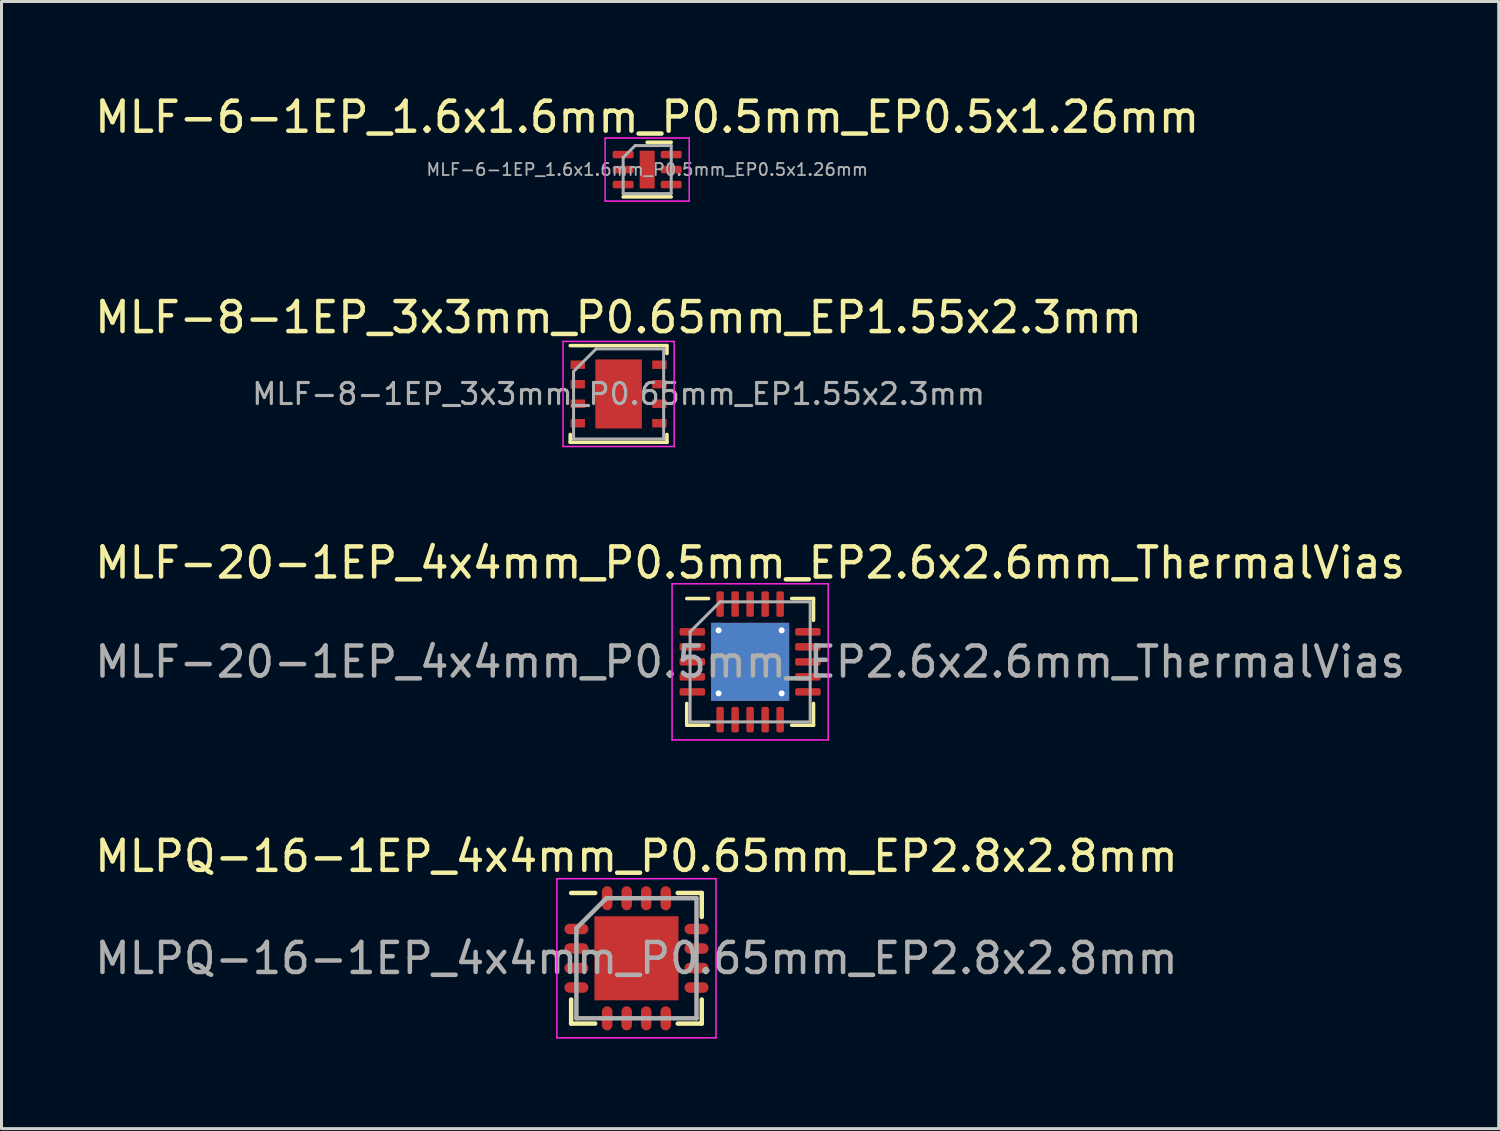
<source format=kicad_pcb>
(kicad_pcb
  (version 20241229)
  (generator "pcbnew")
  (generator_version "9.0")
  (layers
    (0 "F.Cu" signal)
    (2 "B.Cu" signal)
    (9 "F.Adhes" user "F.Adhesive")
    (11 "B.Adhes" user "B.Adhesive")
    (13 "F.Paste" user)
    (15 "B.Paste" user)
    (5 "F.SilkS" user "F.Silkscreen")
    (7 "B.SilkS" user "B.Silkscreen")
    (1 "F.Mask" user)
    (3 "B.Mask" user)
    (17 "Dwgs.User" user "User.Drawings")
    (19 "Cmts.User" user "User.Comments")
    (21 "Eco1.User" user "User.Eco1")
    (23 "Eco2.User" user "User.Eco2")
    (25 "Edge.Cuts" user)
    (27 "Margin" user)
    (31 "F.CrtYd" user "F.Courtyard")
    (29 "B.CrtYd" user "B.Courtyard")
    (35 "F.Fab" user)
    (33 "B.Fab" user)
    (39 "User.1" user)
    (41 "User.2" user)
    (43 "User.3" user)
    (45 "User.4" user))
  (footprint "MLF-20-1EP_4x4mm_P0.5mm_EP2.6x2.6mm_ThermalVias"
    (layer "F.Cu")
    (at 21.935 18.995)
    (property "Reference" "MLF-20-1EP_4x4mm_P0.5mm_EP2.6x2.6mm_ThermalVias" (at 0 -3.3 0) (layer "F.SilkS") (effects (font (size 1 1) (thickness 0.15))))
    (attr smd)
    (fp_line (start -2.11 2.11) (end -2.11 1.385) (stroke (width 0.12) (type solid)) (layer "F.SilkS"))
    (fp_line (start -1.385 -2.11) (end -2.11 -2.11) (stroke (width 0.12) (type solid)) (layer "F.SilkS"))
    (fp_line (start -1.385 2.11) (end -2.11 2.11) (stroke (width 0.12) (type solid)) (layer "F.SilkS"))
    (fp_line (start 1.385 -2.11) (end 2.11 -2.11) (stroke (width 0.12) (type solid)) (layer "F.SilkS"))
    (fp_line (start 1.385 2.11) (end 2.11 2.11) (stroke (width 0.12) (type solid)) (layer "F.SilkS"))
    (fp_line (start 2.11 -2.11) (end 2.11 -1.385) (stroke (width 0.12) (type solid)) (layer "F.SilkS"))
    (fp_line (start 2.11 2.11) (end 2.11 1.385) (stroke (width 0.12) (type solid)) (layer "F.SilkS"))
    (fp_line (start -2.6 -2.6) (end -2.6 2.6) (stroke (width 0.05) (type solid)) (layer "F.CrtYd"))
    (fp_line (start -2.6 2.6) (end 2.6 2.6) (stroke (width 0.05) (type solid)) (layer "F.CrtYd"))
    (fp_line (start 2.6 -2.6) (end -2.6 -2.6) (stroke (width 0.05) (type solid)) (layer "F.CrtYd"))
    (fp_line (start 2.6 2.6) (end 2.6 -2.6) (stroke (width 0.05) (type solid)) (layer "F.CrtYd"))
    (fp_line (start -2 -1) (end -1 -2) (stroke (width 0.1) (type solid)) (layer "F.Fab"))
    (fp_line (start -2 2) (end -2 -1) (stroke (width 0.1) (type solid)) (layer "F.Fab"))
    (fp_line (start -1 -2) (end 2 -2) (stroke (width 0.1) (type solid)) (layer "F.Fab"))
    (fp_line (start 2 -2) (end 2 2) (stroke (width 0.1) (type solid)) (layer "F.Fab"))
    (fp_line (start 2 2) (end -2 2) (stroke (width 0.1) (type solid)) (layer "F.Fab"))
    (fp_text user "${REFERENCE}" (at 0 0 0) (layer "F.Fab") (effects (font (size 1 1) (thickness 0.15))))
    (pad "" smd roundrect (at -0.65 -0.65) (size 1.13 1.13) (layers "F.Paste") (roundrect_rratio 0.221))
    (pad "" smd roundrect (at -0.65 0.65) (size 1.13 1.13) (layers "F.Paste") (roundrect_rratio 0.221))
    (pad "" smd roundrect (at 0.65 -0.65) (size 1.13 1.13) (layers "F.Paste") (roundrect_rratio 0.221))
    (pad "" smd roundrect (at 0.65 0.65) (size 1.13 1.13) (layers "F.Paste") (roundrect_rratio 0.221))
    (pad "1" smd roundrect (at -1.925 -1) (size 0.85 0.25) (layers "F.Cu" "F.Mask" "F.Paste") (roundrect_rratio 0.25))
    (pad "2" smd roundrect (at -1.925 -0.5) (size 0.85 0.25) (layers "F.Cu" "F.Mask" "F.Paste") (roundrect_rratio 0.25))
    (pad "3" smd roundrect (at -1.925 0) (size 0.85 0.25) (layers "F.Cu" "F.Mask" "F.Paste") (roundrect_rratio 0.25))
    (pad "4" smd roundrect (at -1.925 0.5) (size 0.85 0.25) (layers "F.Cu" "F.Mask" "F.Paste") (roundrect_rratio 0.25))
    (pad "5" smd roundrect (at -1.925 1) (size 0.85 0.25) (layers "F.Cu" "F.Mask" "F.Paste") (roundrect_rratio 0.25))
    (pad "6" smd roundrect (at -1 1.925) (size 0.25 0.85) (layers "F.Cu" "F.Mask" "F.Paste") (roundrect_rratio 0.25))
    (pad "7" smd roundrect (at -0.5 1.925) (size 0.25 0.85) (layers "F.Cu" "F.Mask" "F.Paste") (roundrect_rratio 0.25))
    (pad "8" smd roundrect (at 0 1.925) (size 0.25 0.85) (layers "F.Cu" "F.Mask" "F.Paste") (roundrect_rratio 0.25))
    (pad "9" smd roundrect (at 0.5 1.925) (size 0.25 0.85) (layers "F.Cu" "F.Mask" "F.Paste") (roundrect_rratio 0.25))
    (pad "10" smd roundrect (at 1 1.925) (size 0.25 0.85) (layers "F.Cu" "F.Mask" "F.Paste") (roundrect_rratio 0.25))
    (pad "11" smd roundrect (at 1.925 1) (size 0.85 0.25) (layers "F.Cu" "F.Mask" "F.Paste") (roundrect_rratio 0.25))
    (pad "12" smd roundrect (at 1.925 0.5) (size 0.85 0.25) (layers "F.Cu" "F.Mask" "F.Paste") (roundrect_rratio 0.25))
    (pad "13" smd roundrect (at 1.925 0) (size 0.85 0.25) (layers "F.Cu" "F.Mask" "F.Paste") (roundrect_rratio 0.25))
    (pad "14" smd roundrect (at 1.925 -0.5) (size 0.85 0.25) (layers "F.Cu" "F.Mask" "F.Paste") (roundrect_rratio 0.25))
    (pad "15" smd roundrect (at 1.925 -1) (size 0.85 0.25) (layers "F.Cu" "F.Mask" "F.Paste") (roundrect_rratio 0.25))
    (pad "16" smd roundrect (at 1 -1.925) (size 0.25 0.85) (layers "F.Cu" "F.Mask" "F.Paste") (roundrect_rratio 0.25))
    (pad "17" smd roundrect (at 0.5 -1.925) (size 0.25 0.85) (layers "F.Cu" "F.Mask" "F.Paste") (roundrect_rratio 0.25))
    (pad "18" smd roundrect (at 0 -1.925) (size 0.25 0.85) (layers "F.Cu" "F.Mask" "F.Paste") (roundrect_rratio 0.25))
    (pad "19" smd roundrect (at -0.5 -1.925) (size 0.25 0.85) (layers "F.Cu" "F.Mask" "F.Paste") (roundrect_rratio 0.25))
    (pad "20" smd roundrect (at -1 -1.925) (size 0.25 0.85) (layers "F.Cu" "F.Mask" "F.Paste") (roundrect_rratio 0.25))
    (pad "21" thru_hole circle (at -1.05 -1.05) (size 0.5 0.5) (drill 0.2) (layers "*.Cu"))
    (pad "21" thru_hole circle (at -1.05 1.05) (size 0.5 0.5) (drill 0.2) (layers "*.Cu"))
    (pad "21" smd rect (at 0 0) (size 2.6 2.6) (layers "F.Cu" "F.Mask"))
    (pad "21" smd rect (at 0 0) (size 2.6 2.6) (layers "B.Cu"))
    (pad "21" thru_hole circle (at 1.05 -1.05) (size 0.5 0.5) (drill 0.2) (layers "*.Cu"))
    (pad "21" thru_hole circle (at 1.05 1.05) (size 0.5 0.5) (drill 0.2) (layers "*.Cu")))
  (footprint "MLF-8-1EP_3x3mm_P0.65mm_EP1.55x2.3mm"
    (layer "F.Cu")
    (at 17.554 10.072)
    (property "Reference" "MLF-8-1EP_3x3mm_P0.65mm_EP1.55x2.3mm" (at 0 -2.55 0) (layer "F.SilkS") (effects (font (size 1 1) (thickness 0.15))))
    (attr smd)
    (fp_line (start -1.61 -1.61) (end 1.61 -1.61) (stroke (width 0.12) (type solid)) (layer "F.SilkS"))
    (fp_line (start -1.61 1.61) (end -1.61 1.35) (stroke (width 0.12) (type solid)) (layer "F.SilkS"))
    (fp_line (start -1.61 1.61) (end 1.61 1.61) (stroke (width 0.12) (type solid)) (layer "F.SilkS"))
    (fp_line (start 1.61 -1.61) (end 1.61 -1.35) (stroke (width 0.12) (type solid)) (layer "F.SilkS"))
    (fp_line (start 1.61 1.61) (end 1.61 1.35) (stroke (width 0.12) (type solid)) (layer "F.SilkS"))
    (fp_line (start -1.85 -1.75) (end -1.85 1.75) (stroke (width 0.05) (type solid)) (layer "F.CrtYd"))
    (fp_line (start -1.85 -1.75) (end 1.85 -1.75) (stroke (width 0.05) (type solid)) (layer "F.CrtYd"))
    (fp_line (start -1.85 1.75) (end 1.85 1.75) (stroke (width 0.05) (type solid)) (layer "F.CrtYd"))
    (fp_line (start 1.85 -1.75) (end 1.85 1.75) (stroke (width 0.05) (type solid)) (layer "F.CrtYd"))
    (fp_line (start -1.5 -0.75) (end -0.75 -1.5) (stroke (width 0.1) (type solid)) (layer "F.Fab"))
    (fp_line (start -1.5 1.5) (end -1.5 -0.75) (stroke (width 0.1) (type solid)) (layer "F.Fab"))
    (fp_line (start -0.75 -1.5) (end 1.5 -1.5) (stroke (width 0.1) (type solid)) (layer "F.Fab"))
    (fp_line (start 1.5 -1.5) (end 1.5 1.5) (stroke (width 0.1) (type solid)) (layer "F.Fab"))
    (fp_line (start 1.5 1.5) (end -1.5 1.5) (stroke (width 0.1) (type solid)) (layer "F.Fab"))
    (fp_text user "${REFERENCE}" (at 0 0 0) (layer "F.Fab") (effects (font (size 0.7 0.7) (thickness 0.105))))
    (pad "" smd rect (at 0 -0.9) (size 1.5 0.4) (layers "F.Paste"))
    (pad "" smd rect (at 0 0) (size 1.5 0.65) (layers "F.Paste"))
    (pad "" smd rect (at 0 0.9) (size 1.5 0.4) (layers "F.Paste"))
    (pad "1" smd rect (at -1.36 -0.975) (size 0.48 0.28) (layers "F.Cu" "F.Mask" "F.Paste"))
    (pad "2" smd rect (at -1.36 -0.325) (size 0.48 0.28) (layers "F.Cu" "F.Mask" "F.Paste"))
    (pad "3" smd rect (at -1.36 0.325) (size 0.48 0.28) (layers "F.Cu" "F.Mask" "F.Paste"))
    (pad "4" smd rect (at -1.36 0.975) (size 0.48 0.28) (layers "F.Cu" "F.Mask" "F.Paste"))
    (pad "5" smd rect (at 1.36 0.975) (size 0.48 0.28) (layers "F.Cu" "F.Mask" "F.Paste"))
    (pad "6" smd rect (at 1.36 0.325) (size 0.48 0.28) (layers "F.Cu" "F.Mask" "F.Paste"))
    (pad "7" smd rect (at 1.36 -0.325) (size 0.48 0.28) (layers "F.Cu" "F.Mask" "F.Paste"))
    (pad "8" smd rect (at 1.36 -0.975) (size 0.48 0.28) (layers "F.Cu" "F.Mask" "F.Paste"))
    (pad "9" smd rect (at 0 0) (size 1.55 2.3) (layers "F.Cu" "F.Mask")))
  (footprint "MLF-6-1EP_1.6x1.6mm_P0.5mm_EP0.5x1.26mm"
    (layer "F.Cu")
    (at 18.506 2.598)
    (property "Reference" "MLF-6-1EP_1.6x1.6mm_P0.5mm_EP0.5x1.26mm" (at 0 -1.75 0) (layer "F.SilkS") (effects (font (size 1 1) (thickness 0.15))))
    (attr smd)
    (fp_line (start -0.8 0.91) (end 0.8 0.91) (stroke (width 0.12) (type solid)) (layer "F.SilkS"))
    (fp_line (start 0 -0.91) (end 0.8 -0.91) (stroke (width 0.12) (type solid)) (layer "F.SilkS"))
    (fp_line (start -1.4 -1.05) (end -1.4 1.05) (stroke (width 0.05) (type solid)) (layer "F.CrtYd"))
    (fp_line (start -1.4 1.05) (end 1.4 1.05) (stroke (width 0.05) (type solid)) (layer "F.CrtYd"))
    (fp_line (start 1.4 -1.05) (end -1.4 -1.05) (stroke (width 0.05) (type solid)) (layer "F.CrtYd"))
    (fp_line (start 1.4 1.05) (end 1.4 -1.05) (stroke (width 0.05) (type solid)) (layer "F.CrtYd"))
    (fp_line (start -0.8 -0.4) (end -0.4 -0.8) (stroke (width 0.1) (type solid)) (layer "F.Fab"))
    (fp_line (start -0.8 0.8) (end -0.8 -0.4) (stroke (width 0.1) (type solid)) (layer "F.Fab"))
    (fp_line (start -0.4 -0.8) (end 0.8 -0.8) (stroke (width 0.1) (type solid)) (layer "F.Fab"))
    (fp_line (start 0.8 -0.8) (end 0.8 0.8) (stroke (width 0.1) (type solid)) (layer "F.Fab"))
    (fp_line (start 0.8 0.8) (end -0.8 0.8) (stroke (width 0.1) (type solid)) (layer "F.Fab"))
    (fp_text user "${REFERENCE}" (at 0 0 0) (layer "F.Fab") (effects (font (size 0.4 0.4) (thickness 0.06))))
    (pad "" smd roundrect (at 0 -0.315) (size 0.4 0.51) (layers "F.Paste") (roundrect_rratio 0.25))
    (pad "" smd roundrect (at 0 0.315) (size 0.4 0.51) (layers "F.Paste") (roundrect_rratio 0.25))
    (pad "1" smd roundrect (at -0.8 -0.5) (size 0.7 0.25) (layers "F.Cu" "F.Mask" "F.Paste") (roundrect_rratio 0.25))
    (pad "2" smd roundrect (at -0.8 0) (size 0.7 0.25) (layers "F.Cu" "F.Mask" "F.Paste") (roundrect_rratio 0.25))
    (pad "3" smd roundrect (at -0.8 0.5) (size 0.7 0.25) (layers "F.Cu" "F.Mask" "F.Paste") (roundrect_rratio 0.25))
    (pad "4" smd roundrect (at 0.8 0.5) (size 0.7 0.25) (layers "F.Cu" "F.Mask" "F.Paste") (roundrect_rratio 0.25))
    (pad "5" smd roundrect (at 0.8 0) (size 0.7 0.25) (layers "F.Cu" "F.Mask" "F.Paste") (roundrect_rratio 0.25))
    (pad "6" smd roundrect (at 0.8 -0.5) (size 0.7 0.25) (layers "F.Cu" "F.Mask" "F.Paste") (roundrect_rratio 0.25))
    (pad "7" smd rect (at 0 0) (size 0.5 1.26) (layers "F.Cu" "F.Mask")))
  (footprint "MLPQ-16-1EP_4x4mm_P0.65mm_EP2.8x2.8mm"
    (layer "F.Cu")
    (at 18.149 28.868)
    (property "Reference" "MLPQ-16-1EP_4x4mm_P0.65mm_EP2.8x2.8mm" (at 0 -3.4 0) (layer "F.SilkS") (effects (font (size 1 1) (thickness 0.15))))
    (attr smd)
    (fp_line (start -2.175 -2.175) (end -1.375 -2.175) (stroke (width 0.15) (type solid)) (layer "F.SilkS"))
    (fp_line (start -2.175 2.175) (end -2.175 1.375) (stroke (width 0.15) (type solid)) (layer "F.SilkS"))
    (fp_line (start -2.175 2.175) (end -1.375 2.175) (stroke (width 0.15) (type solid)) (layer "F.SilkS"))
    (fp_line (start 2.175 -2.175) (end 1.375 -2.175) (stroke (width 0.15) (type solid)) (layer "F.SilkS"))
    (fp_line (start 2.175 -2.175) (end 2.175 -1.375) (stroke (width 0.15) (type solid)) (layer "F.SilkS"))
    (fp_line (start 2.175 2.175) (end 1.375 2.175) (stroke (width 0.15) (type solid)) (layer "F.SilkS"))
    (fp_line (start 2.175 2.175) (end 2.175 1.375) (stroke (width 0.15) (type solid)) (layer "F.SilkS"))
    (fp_line (start -2.65 -2.65) (end -2.65 2.65) (stroke (width 0.05) (type solid)) (layer "F.CrtYd"))
    (fp_line (start -2.65 -2.65) (end 2.65 -2.65) (stroke (width 0.05) (type solid)) (layer "F.CrtYd"))
    (fp_line (start -2.65 2.65) (end 2.65 2.65) (stroke (width 0.05) (type solid)) (layer "F.CrtYd"))
    (fp_line (start 2.65 -2.65) (end 2.65 2.65) (stroke (width 0.05) (type solid)) (layer "F.CrtYd"))
    (fp_line (start -2 -1) (end -1 -2) (stroke (width 0.15) (type solid)) (layer "F.Fab"))
    (fp_line (start -2 2) (end -2 -1) (stroke (width 0.15) (type solid)) (layer "F.Fab"))
    (fp_line (start -1 -2) (end 2 -2) (stroke (width 0.15) (type solid)) (layer "F.Fab"))
    (fp_line (start 2 -2) (end 2 2) (stroke (width 0.15) (type solid)) (layer "F.Fab"))
    (fp_line (start 2 2) (end -2 2) (stroke (width 0.15) (type solid)) (layer "F.Fab"))
    (fp_text user "${REFERENCE}" (at 0 0 0) (layer "F.Fab") (effects (font (size 1 1) (thickness 0.15))))
    (pad "" smd rect (at -0.7 -0.7) (size 1.13 1.13) (layers "F.Paste"))
    (pad "" smd rect (at -0.7 0.7) (size 1.13 1.13) (layers "F.Paste"))
    (pad "" smd rect (at 0.7 -0.7) (size 1.13 1.13) (layers "F.Paste"))
    (pad "" smd rect (at 0.7 0.7) (size 1.13 1.13) (layers "F.Paste"))
    (pad "1" smd oval (at -2 -0.975) (size 0.8 0.35) (layers "F.Cu" "F.Mask" "F.Paste"))
    (pad "2" smd oval (at -2 -0.325) (size 0.8 0.35) (layers "F.Cu" "F.Mask" "F.Paste"))
    (pad "3" smd oval (at -2 0.325) (size 0.8 0.35) (layers "F.Cu" "F.Mask" "F.Paste"))
    (pad "4" smd oval (at -2 0.975) (size 0.8 0.35) (layers "F.Cu" "F.Mask" "F.Paste"))
    (pad "5" smd oval (at -0.975 2 90) (size 0.8 0.35) (layers "F.Cu" "F.Mask" "F.Paste"))
    (pad "6" smd oval (at -0.325 2 90) (size 0.8 0.35) (layers "F.Cu" "F.Mask" "F.Paste"))
    (pad "7" smd oval (at 0.325 2 90) (size 0.8 0.35) (layers "F.Cu" "F.Mask" "F.Paste"))
    (pad "8" smd oval (at 0.975 2 90) (size 0.8 0.35) (layers "F.Cu" "F.Mask" "F.Paste"))
    (pad "9" smd oval (at 2 0.975) (size 0.8 0.35) (layers "F.Cu" "F.Mask" "F.Paste"))
    (pad "10" smd oval (at 2 0.325) (size 0.8 0.35) (layers "F.Cu" "F.Mask" "F.Paste"))
    (pad "11" smd oval (at 2 -0.325) (size 0.8 0.35) (layers "F.Cu" "F.Mask" "F.Paste"))
    (pad "12" smd oval (at 2 -0.975) (size 0.8 0.35) (layers "F.Cu" "F.Mask" "F.Paste"))
    (pad "13" smd oval (at 0.975 -2 90) (size 0.8 0.35) (layers "F.Cu" "F.Mask" "F.Paste"))
    (pad "14" smd oval (at 0.325 -2 90) (size 0.8 0.35) (layers "F.Cu" "F.Mask" "F.Paste"))
    (pad "15" smd oval (at -0.325 -2 90) (size 0.8 0.35) (layers "F.Cu" "F.Mask" "F.Paste"))
    (pad "16" smd oval (at -0.975 -2 90) (size 0.8 0.35) (layers "F.Cu" "F.Mask" "F.Paste"))
    (pad "17" smd rect (at 0 0) (size 2.8 2.8) (layers "F.Cu" "F.Mask")))
  (gr_rect
    (start -3 -3)
    (end 46.869 34.543)
    (stroke (width 0.1) (type default))
    (fill no)
    (layer "Edge.Cuts")))
</source>
